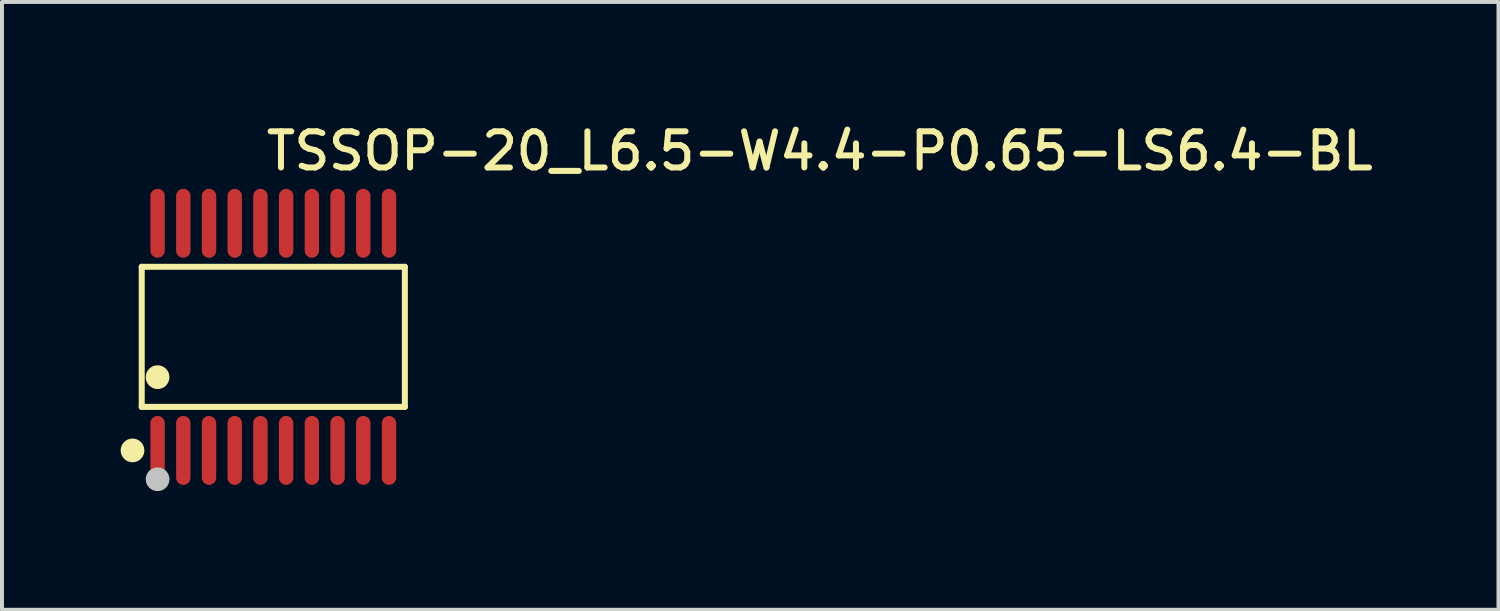
<source format=kicad_pcb>
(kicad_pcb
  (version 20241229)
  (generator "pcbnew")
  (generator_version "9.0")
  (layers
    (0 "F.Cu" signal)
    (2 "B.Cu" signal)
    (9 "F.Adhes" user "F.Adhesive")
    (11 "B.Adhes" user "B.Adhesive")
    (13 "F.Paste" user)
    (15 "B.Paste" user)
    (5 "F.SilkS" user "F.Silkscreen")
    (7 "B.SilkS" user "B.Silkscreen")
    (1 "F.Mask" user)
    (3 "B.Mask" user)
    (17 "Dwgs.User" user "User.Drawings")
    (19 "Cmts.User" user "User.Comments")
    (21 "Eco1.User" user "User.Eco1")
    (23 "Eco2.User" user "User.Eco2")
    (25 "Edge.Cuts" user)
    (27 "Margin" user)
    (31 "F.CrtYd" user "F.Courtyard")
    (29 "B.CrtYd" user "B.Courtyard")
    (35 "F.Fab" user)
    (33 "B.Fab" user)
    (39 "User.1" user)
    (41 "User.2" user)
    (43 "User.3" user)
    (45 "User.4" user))
  (footprint "TSSOP-20_L6.5-W4.4-P0.65-LS6.4-BL"
    (layer "F.Cu")
    (at 3.859 5.466)
    (property "Reference" "TSSOP-20_L6.5-W4.4-P0.65-LS6.4-BL" (at -0.254 -5.232 0) (layer "F.SilkS") (effects (font (size 0.914 0.914) (thickness 0.152)) (justify left top)))
    (fp_line (start -3.326 -1.771) (end 3.326 -1.771) (stroke (width 0.152) (type default)) (layer "F.SilkS"))
    (fp_line (start -3.326 1.771) (end -3.326 -1.771) (stroke (width 0.152) (type default)) (layer "F.SilkS"))
    (fp_line (start 3.326 -1.771) (end 3.326 1.771) (stroke (width 0.152) (type default)) (layer "F.SilkS"))
    (fp_line (start 3.326 1.771) (end -3.326 1.771) (stroke (width 0.152) (type default)) (layer "F.SilkS"))
    (fp_circle (center -3.559 2.871) (end -3.409 2.871) (stroke (width 0.3) (type default)) (fill no) (layer "F.SilkS"))
    (fp_circle (center -2.925 1.019) (end -2.775 1.019) (stroke (width 0.3) (type default)) (fill no) (layer "F.SilkS"))
    (fp_circle (center -2.925 3.6) (end -2.775 3.6) (stroke (width 0.3) (type default)) (fill no) (layer "Dwgs.User"))
    (fp_circle (center -3.25 3.2) (end -3.22 3.2) (stroke (width 0.06) (type default)) (fill no) (layer "User.5"))
    (pad "1" smd oval (at -2.925 2.871) (size 0.364 1.742) (layers "F.Cu" "F.Mask" "F.Paste"))
    (pad "2" smd oval (at -2.275 2.871) (size 0.364 1.742) (layers "F.Cu" "F.Mask" "F.Paste"))
    (pad "3" smd oval (at -1.625 2.871) (size 0.364 1.742) (layers "F.Cu" "F.Mask" "F.Paste"))
    (pad "4" smd oval (at -0.975 2.871) (size 0.364 1.742) (layers "F.Cu" "F.Mask" "F.Paste"))
    (pad "5" smd oval (at -0.325 2.871) (size 0.364 1.742) (layers "F.Cu" "F.Mask" "F.Paste"))
    (pad "6" smd oval (at 0.325 2.871) (size 0.364 1.742) (layers "F.Cu" "F.Mask" "F.Paste"))
    (pad "7" smd oval (at 0.975 2.871) (size 0.364 1.742) (layers "F.Cu" "F.Mask" "F.Paste"))
    (pad "8" smd oval (at 1.625 2.871) (size 0.364 1.742) (layers "F.Cu" "F.Mask" "F.Paste"))
    (pad "9" smd oval (at 2.275 2.871) (size 0.364 1.742) (layers "F.Cu" "F.Mask" "F.Paste"))
    (pad "10" smd oval (at 2.925 2.871) (size 0.364 1.742) (layers "F.Cu" "F.Mask" "F.Paste"))
    (pad "11" smd oval (at 2.925 -2.871) (size 0.364 1.742) (layers "F.Cu" "F.Mask" "F.Paste"))
    (pad "12" smd oval (at 2.275 -2.871) (size 0.364 1.742) (layers "F.Cu" "F.Mask" "F.Paste"))
    (pad "13" smd oval (at 1.625 -2.871) (size 0.364 1.742) (layers "F.Cu" "F.Mask" "F.Paste"))
    (pad "14" smd oval (at 0.975 -2.871) (size 0.364 1.742) (layers "F.Cu" "F.Mask" "F.Paste"))
    (pad "15" smd oval (at 0.325 -2.871) (size 0.364 1.742) (layers "F.Cu" "F.Mask" "F.Paste"))
    (pad "16" smd oval (at -0.325 -2.871) (size 0.364 1.742) (layers "F.Cu" "F.Mask" "F.Paste"))
    (pad "17" smd oval (at -0.975 -2.871) (size 0.364 1.742) (layers "F.Cu" "F.Mask" "F.Paste"))
    (pad "18" smd oval (at -1.625 -2.871) (size 0.364 1.742) (layers "F.Cu" "F.Mask" "F.Paste"))
    (pad "19" smd oval (at -2.275 -2.871) (size 0.364 1.742) (layers "F.Cu" "F.Mask" "F.Paste"))
    (pad "20" smd oval (at -2.925 -2.871) (size 0.364 1.742) (layers "F.Cu" "F.Mask" "F.Paste"))
    (zone (net_name "") (layer "User.3") (hatch edge 0.5) (priority 100) (connect_pads yes) (min_thickness 0) (filled_areas_thickness no) (fill yes) (polygon (pts (xy 0.609 7.666) (xy 0.609 3.266) (xy 7.109 3.266) (xy 7.109 7.666))) (filled_polygon (layer "User.3") (island) (pts (xy 0.609 7.666) (xy 0.609 3.266) (xy 7.109 3.266) (xy 7.109 7.666))))
    (zone (net_name "") (layer "User.4") (hatch edge 0.5) (priority 100) (connect_pads yes) (min_thickness 0) (filled_areas_thickness no) (fill yes) (polygon (pts (xy 0.804 2.266) (xy 0.804 2.866) (xy 1.064 2.866) (xy 1.064 2.266))) (filled_polygon (layer "User.4") (island) (pts (xy 0.804 2.266) (xy 0.804 2.866) (xy 1.064 2.866) (xy 1.064 2.266))))
    (zone (net_name "") (layer "User.4") (hatch edge 0.5) (priority 100) (connect_pads) (min_thickness 0) (filled_areas_thickness no) (keepout (tracks allowed) (vias allowed) (pads allowed) (copperpour not_allowed) (footprints allowed)) (placement (enabled no)) (fill) (polygon (pts (xy 0.804 2.856) (xy 0.804 3.276) (xy 1.064 3.276) (xy 1.064 2.856))))
    (zone (net_name "") (layer "User.4") (hatch edge 0.5) (priority 100) (connect_pads) (min_thickness 0) (filled_areas_thickness no) (keepout (tracks allowed) (vias allowed) (pads allowed) (copperpour not_allowed) (footprints allowed)) (placement (enabled no)) (fill) (polygon (pts (xy 0.804 8.076) (xy 0.804 7.656) (xy 1.064 7.656) (xy 1.064 8.076))))
    (zone (net_name "") (layer "User.4") (hatch edge 0.5) (priority 100) (connect_pads yes) (min_thickness 0) (filled_areas_thickness no) (fill yes) (polygon (pts (xy 0.804 8.666) (xy 0.804 8.066) (xy 1.064 8.066) (xy 1.064 8.666))) (filled_polygon (layer "User.4") (island) (pts (xy 0.804 8.666) (xy 0.804 8.066) (xy 1.064 8.066) (xy 1.064 8.666))))
    (zone (net_name "") (layer "User.4") (hatch edge 0.5) (priority 100) (connect_pads yes) (min_thickness 0) (filled_areas_thickness no) (fill yes) (polygon (pts (xy 1.454 2.266) (xy 1.454 2.866) (xy 1.714 2.866) (xy 1.714 2.266))) (filled_polygon (layer "User.4") (island) (pts (xy 1.454 2.266) (xy 1.454 2.866) (xy 1.714 2.866) (xy 1.714 2.266))))
    (zone (net_name "") (layer "User.4") (hatch edge 0.5) (priority 100) (connect_pads) (min_thickness 0) (filled_areas_thickness no) (keepout (tracks allowed) (vias allowed) (pads allowed) (copperpour not_allowed) (footprints allowed)) (placement (enabled no)) (fill) (polygon (pts (xy 1.454 2.856) (xy 1.454 3.276) (xy 1.714 3.276) (xy 1.714 2.856))))
    (zone (net_name "") (layer "User.4") (hatch edge 0.5) (priority 100) (connect_pads) (min_thickness 0) (filled_areas_thickness no) (keepout (tracks allowed) (vias allowed) (pads allowed) (copperpour not_allowed) (footprints allowed)) (placement (enabled no)) (fill) (polygon (pts (xy 1.454 8.076) (xy 1.454 7.656) (xy 1.714 7.656) (xy 1.714 8.076))))
    (zone (net_name "") (layer "User.4") (hatch edge 0.5) (priority 100) (connect_pads yes) (min_thickness 0) (filled_areas_thickness no) (fill yes) (polygon (pts (xy 1.454 8.666) (xy 1.454 8.066) (xy 1.714 8.066) (xy 1.714 8.666))) (filled_polygon (layer "User.4") (island) (pts (xy 1.454 8.666) (xy 1.454 8.066) (xy 1.714 8.066) (xy 1.714 8.666))))
    (zone (net_name "") (layer "User.4") (hatch edge 0.5) (priority 100) (connect_pads yes) (min_thickness 0) (filled_areas_thickness no) (fill yes) (polygon (pts (xy 2.104 2.266) (xy 2.104 2.866) (xy 2.364 2.866) (xy 2.364 2.266))) (filled_polygon (layer "User.4") (island) (pts (xy 2.104 2.266) (xy 2.104 2.866) (xy 2.364 2.866) (xy 2.364 2.266))))
    (zone (net_name "") (layer "User.4") (hatch edge 0.5) (priority 100) (connect_pads) (min_thickness 0) (filled_areas_thickness no) (keepout (tracks allowed) (vias allowed) (pads allowed) (copperpour not_allowed) (footprints allowed)) (placement (enabled no)) (fill) (polygon (pts (xy 2.104 2.856) (xy 2.104 3.276) (xy 2.364 3.276) (xy 2.364 2.856))))
    (zone (net_name "") (layer "User.4") (hatch edge 0.5) (priority 100) (connect_pads) (min_thickness 0) (filled_areas_thickness no) (keepout (tracks allowed) (vias allowed) (pads allowed) (copperpour not_allowed) (footprints allowed)) (placement (enabled no)) (fill) (polygon (pts (xy 2.104 8.076) (xy 2.104 7.656) (xy 2.364 7.656) (xy 2.364 8.076))))
    (zone (net_name "") (layer "User.4") (hatch edge 0.5) (priority 100) (connect_pads yes) (min_thickness 0) (filled_areas_thickness no) (fill yes) (polygon (pts (xy 2.104 8.666) (xy 2.104 8.066) (xy 2.364 8.066) (xy 2.364 8.666))) (filled_polygon (layer "User.4") (island) (pts (xy 2.104 8.666) (xy 2.104 8.066) (xy 2.364 8.066) (xy 2.364 8.666))))
    (zone (net_name "") (layer "User.4") (hatch edge 0.5) (priority 100) (connect_pads yes) (min_thickness 0) (filled_areas_thickness no) (fill yes) (polygon (pts (xy 2.754 2.266) (xy 2.754 2.866) (xy 3.014 2.866) (xy 3.014 2.266))) (filled_polygon (layer "User.4") (island) (pts (xy 2.754 2.266) (xy 2.754 2.866) (xy 3.014 2.866) (xy 3.014 2.266))))
    (zone (net_name "") (layer "User.4") (hatch edge 0.5) (priority 100) (connect_pads) (min_thickness 0) (filled_areas_thickness no) (keepout (tracks allowed) (vias allowed) (pads allowed) (copperpour not_allowed) (footprints allowed)) (placement (enabled no)) (fill) (polygon (pts (xy 2.754 2.856) (xy 2.754 3.276) (xy 3.014 3.276) (xy 3.014 2.856))))
    (zone (net_name "") (layer "User.4") (hatch edge 0.5) (priority 100) (connect_pads) (min_thickness 0) (filled_areas_thickness no) (keepout (tracks allowed) (vias allowed) (pads allowed) (copperpour not_allowed) (footprints allowed)) (placement (enabled no)) (fill) (polygon (pts (xy 2.754 8.076) (xy 2.754 7.656) (xy 3.014 7.656) (xy 3.014 8.076))))
    (zone (net_name "") (layer "User.4") (hatch edge 0.5) (priority 100) (connect_pads yes) (min_thickness 0) (filled_areas_thickness no) (fill yes) (polygon (pts (xy 2.754 8.666) (xy 2.754 8.066) (xy 3.014 8.066) (xy 3.014 8.666))) (filled_polygon (layer "User.4") (island) (pts (xy 2.754 8.666) (xy 2.754 8.066) (xy 3.014 8.066) (xy 3.014 8.666))))
    (zone (net_name "") (layer "User.4") (hatch edge 0.5) (priority 100) (connect_pads yes) (min_thickness 0) (filled_areas_thickness no) (fill yes) (polygon (pts (xy 3.404 2.266) (xy 3.404 2.866) (xy 3.664 2.866) (xy 3.664 2.266))) (filled_polygon (layer "User.4") (island) (pts (xy 3.404 2.266) (xy 3.404 2.866) (xy 3.664 2.866) (xy 3.664 2.266))))
    (zone (net_name "") (layer "User.4") (hatch edge 0.5) (priority 100) (connect_pads) (min_thickness 0) (filled_areas_thickness no) (keepout (tracks allowed) (vias allowed) (pads allowed) (copperpour not_allowed) (footprints allowed)) (placement (enabled no)) (fill) (polygon (pts (xy 3.404 2.856) (xy 3.404 3.276) (xy 3.664 3.276) (xy 3.664 2.856))))
    (zone (net_name "") (layer "User.4") (hatch edge 0.5) (priority 100) (connect_pads) (min_thickness 0) (filled_areas_thickness no) (keepout (tracks allowed) (vias allowed) (pads allowed) (copperpour not_allowed) (footprints allowed)) (placement (enabled no)) (fill) (polygon (pts (xy 3.404 8.076) (xy 3.404 7.656) (xy 3.664 7.656) (xy 3.664 8.076))))
    (zone (net_name "") (layer "User.4") (hatch edge 0.5) (priority 100) (connect_pads yes) (min_thickness 0) (filled_areas_thickness no) (fill yes) (polygon (pts (xy 3.404 8.666) (xy 3.404 8.066) (xy 3.664 8.066) (xy 3.664 8.666))) (filled_polygon (layer "User.4") (island) (pts (xy 3.404 8.666) (xy 3.404 8.066) (xy 3.664 8.066) (xy 3.664 8.666))))
    (zone (net_name "") (layer "User.4") (hatch edge 0.5) (priority 100) (connect_pads yes) (min_thickness 0) (filled_areas_thickness no) (fill yes) (polygon (pts (xy 4.054 2.266) (xy 4.054 2.866) (xy 4.314 2.866) (xy 4.314 2.266))) (filled_polygon (layer "User.4") (island) (pts (xy 4.054 2.266) (xy 4.054 2.866) (xy 4.314 2.866) (xy 4.314 2.266))))
    (zone (net_name "") (layer "User.4") (hatch edge 0.5) (priority 100) (connect_pads) (min_thickness 0) (filled_areas_thickness no) (keepout (tracks allowed) (vias allowed) (pads allowed) (copperpour not_allowed) (footprints allowed)) (placement (enabled no)) (fill) (polygon (pts (xy 4.054 2.856) (xy 4.054 3.276) (xy 4.314 3.276) (xy 4.314 2.856))))
    (zone (net_name "") (layer "User.4") (hatch edge 0.5) (priority 100) (connect_pads) (min_thickness 0) (filled_areas_thickness no) (keepout (tracks allowed) (vias allowed) (pads allowed) (copperpour not_allowed) (footprints allowed)) (placement (enabled no)) (fill) (polygon (pts (xy 4.054 8.076) (xy 4.054 7.656) (xy 4.314 7.656) (xy 4.314 8.076))))
    (zone (net_name "") (layer "User.4") (hatch edge 0.5) (priority 100) (connect_pads yes) (min_thickness 0) (filled_areas_thickness no) (fill yes) (polygon (pts (xy 4.054 8.666) (xy 4.054 8.066) (xy 4.314 8.066) (xy 4.314 8.666))) (filled_polygon (layer "User.4") (island) (pts (xy 4.054 8.666) (xy 4.054 8.066) (xy 4.314 8.066) (xy 4.314 8.666))))
    (zone (net_name "") (layer "User.4") (hatch edge 0.5) (priority 100) (connect_pads yes) (min_thickness 0) (filled_areas_thickness no) (fill yes) (polygon (pts (xy 4.704 2.266) (xy 4.704 2.866) (xy 4.964 2.866) (xy 4.964 2.266))) (filled_polygon (layer "User.4") (island) (pts (xy 4.704 2.266) (xy 4.704 2.866) (xy 4.964 2.866) (xy 4.964 2.266))))
    (zone (net_name "") (layer "User.4") (hatch edge 0.5) (priority 100) (connect_pads) (min_thickness 0) (filled_areas_thickness no) (keepout (tracks allowed) (vias allowed) (pads allowed) (copperpour not_allowed) (footprints allowed)) (placement (enabled no)) (fill) (polygon (pts (xy 4.704 2.856) (xy 4.704 3.276) (xy 4.964 3.276) (xy 4.964 2.856))))
    (zone (net_name "") (layer "User.4") (hatch edge 0.5) (priority 100) (connect_pads) (min_thickness 0) (filled_areas_thickness no) (keepout (tracks allowed) (vias allowed) (pads allowed) (copperpour not_allowed) (footprints allowed)) (placement (enabled no)) (fill) (polygon (pts (xy 4.704 8.076) (xy 4.704 7.656) (xy 4.964 7.656) (xy 4.964 8.076))))
    (zone (net_name "") (layer "User.4") (hatch edge 0.5) (priority 100) (connect_pads yes) (min_thickness 0) (filled_areas_thickness no) (fill yes) (polygon (pts (xy 4.704 8.666) (xy 4.704 8.066) (xy 4.964 8.066) (xy 4.964 8.666))) (filled_polygon (layer "User.4") (island) (pts (xy 4.704 8.666) (xy 4.704 8.066) (xy 4.964 8.066) (xy 4.964 8.666))))
    (zone (net_name "") (layer "User.4") (hatch edge 0.5) (priority 100) (connect_pads yes) (min_thickness 0) (filled_areas_thickness no) (fill yes) (polygon (pts (xy 5.354 2.266) (xy 5.354 2.866) (xy 5.614 2.866) (xy 5.614 2.266))) (filled_polygon (layer "User.4") (island) (pts (xy 5.354 2.266) (xy 5.354 2.866) (xy 5.614 2.866) (xy 5.614 2.266))))
    (zone (net_name "") (layer "User.4") (hatch edge 0.5) (priority 100) (connect_pads) (min_thickness 0) (filled_areas_thickness no) (keepout (tracks allowed) (vias allowed) (pads allowed) (copperpour not_allowed) (footprints allowed)) (placement (enabled no)) (fill) (polygon (pts (xy 5.354 2.856) (xy 5.354 3.276) (xy 5.614 3.276) (xy 5.614 2.856))))
    (zone (net_name "") (layer "User.4") (hatch edge 0.5) (priority 100) (connect_pads) (min_thickness 0) (filled_areas_thickness no) (keepout (tracks allowed) (vias allowed) (pads allowed) (copperpour not_allowed) (footprints allowed)) (placement (enabled no)) (fill) (polygon (pts (xy 5.354 8.076) (xy 5.354 7.656) (xy 5.614 7.656) (xy 5.614 8.076))))
    (zone (net_name "") (layer "User.4") (hatch edge 0.5) (priority 100) (connect_pads yes) (min_thickness 0) (filled_areas_thickness no) (fill yes) (polygon (pts (xy 5.354 8.666) (xy 5.354 8.066) (xy 5.614 8.066) (xy 5.614 8.666))) (filled_polygon (layer "User.4") (island) (pts (xy 5.354 8.666) (xy 5.354 8.066) (xy 5.614 8.066) (xy 5.614 8.666))))
    (zone (net_name "") (layer "User.4") (hatch edge 0.5) (priority 100) (connect_pads yes) (min_thickness 0) (filled_areas_thickness no) (fill yes) (polygon (pts (xy 6.004 2.266) (xy 6.004 2.866) (xy 6.264 2.866) (xy 6.264 2.266))) (filled_polygon (layer "User.4") (island) (pts (xy 6.004 2.266) (xy 6.004 2.866) (xy 6.264 2.866) (xy 6.264 2.266))))
    (zone (net_name "") (layer "User.4") (hatch edge 0.5) (priority 100) (connect_pads) (min_thickness 0) (filled_areas_thickness no) (keepout (tracks allowed) (vias allowed) (pads allowed) (copperpour not_allowed) (footprints allowed)) (placement (enabled no)) (fill) (polygon (pts (xy 6.004 2.856) (xy 6.004 3.276) (xy 6.264 3.276) (xy 6.264 2.856))))
    (zone (net_name "") (layer "User.4") (hatch edge 0.5) (priority 100) (connect_pads) (min_thickness 0) (filled_areas_thickness no) (keepout (tracks allowed) (vias allowed) (pads allowed) (copperpour not_allowed) (footprints allowed)) (placement (enabled no)) (fill) (polygon (pts (xy 6.004 8.076) (xy 6.004 7.656) (xy 6.264 7.656) (xy 6.264 8.076))))
    (zone (net_name "") (layer "User.4") (hatch edge 0.5) (priority 100) (connect_pads yes) (min_thickness 0) (filled_areas_thickness no) (fill yes) (polygon (pts (xy 6.004 8.666) (xy 6.004 8.066) (xy 6.264 8.066) (xy 6.264 8.666))) (filled_polygon (layer "User.4") (island) (pts (xy 6.004 8.666) (xy 6.004 8.066) (xy 6.264 8.066) (xy 6.264 8.666))))
    (zone (net_name "") (layer "User.4") (hatch edge 0.5) (priority 100) (connect_pads yes) (min_thickness 0) (filled_areas_thickness no) (fill yes) (polygon (pts (xy 6.654 2.266) (xy 6.654 2.866) (xy 6.914 2.866) (xy 6.914 2.266))) (filled_polygon (layer "User.4") (island) (pts (xy 6.654 2.266) (xy 6.654 2.866) (xy 6.914 2.866) (xy 6.914 2.266))))
    (zone (net_name "") (layer "User.4") (hatch edge 0.5) (priority 100) (connect_pads) (min_thickness 0) (filled_areas_thickness no) (keepout (tracks allowed) (vias allowed) (pads allowed) (copperpour not_allowed) (footprints allowed)) (placement (enabled no)) (fill) (polygon (pts (xy 6.654 2.856) (xy 6.654 3.276) (xy 6.914 3.276) (xy 6.914 2.856))))
    (zone (net_name "") (layer "User.4") (hatch edge 0.5) (priority 100) (connect_pads) (min_thickness 0) (filled_areas_thickness no) (keepout (tracks allowed) (vias allowed) (pads allowed) (copperpour not_allowed) (footprints allowed)) (placement (enabled no)) (fill) (polygon (pts (xy 6.654 8.076) (xy 6.654 7.656) (xy 6.914 7.656) (xy 6.914 8.076))))
    (zone (net_name "") (layer "User.4") (hatch edge 0.5) (priority 100) (connect_pads yes) (min_thickness 0) (filled_areas_thickness no) (fill yes) (polygon (pts (xy 6.654 8.666) (xy 6.654 8.066) (xy 6.914 8.066) (xy 6.914 8.666))) (filled_polygon (layer "User.4") (island) (pts (xy 6.654 8.666) (xy 6.654 8.066) (xy 6.914 8.066) (xy 6.914 8.666)))))
  (gr_rect
    (start -3 -3)
    (end 34.834 12.366)
    (stroke (width 0.1) (type default))
    (fill no)
    (layer "Edge.Cuts")))
</source>
